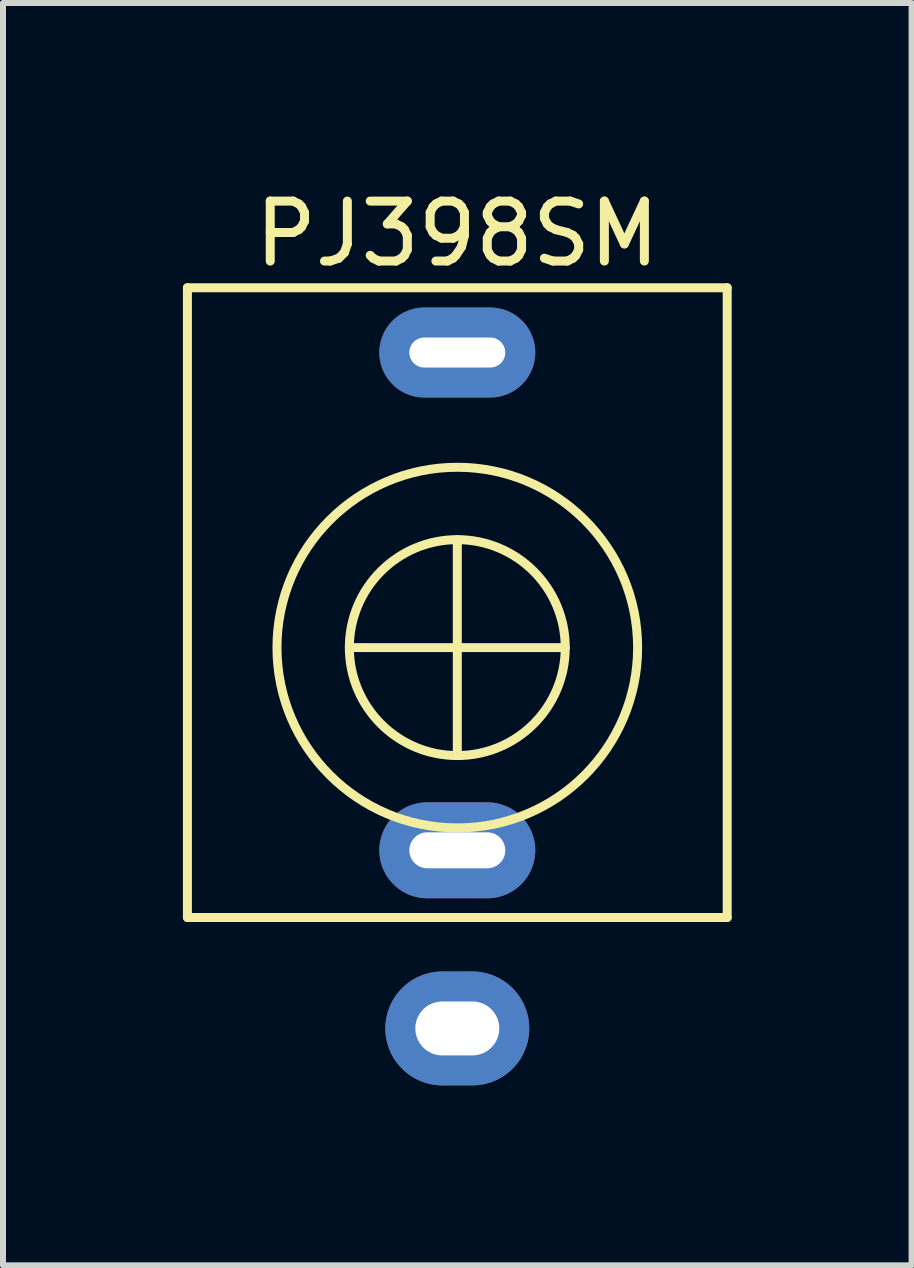
<source format=kicad_pcb>
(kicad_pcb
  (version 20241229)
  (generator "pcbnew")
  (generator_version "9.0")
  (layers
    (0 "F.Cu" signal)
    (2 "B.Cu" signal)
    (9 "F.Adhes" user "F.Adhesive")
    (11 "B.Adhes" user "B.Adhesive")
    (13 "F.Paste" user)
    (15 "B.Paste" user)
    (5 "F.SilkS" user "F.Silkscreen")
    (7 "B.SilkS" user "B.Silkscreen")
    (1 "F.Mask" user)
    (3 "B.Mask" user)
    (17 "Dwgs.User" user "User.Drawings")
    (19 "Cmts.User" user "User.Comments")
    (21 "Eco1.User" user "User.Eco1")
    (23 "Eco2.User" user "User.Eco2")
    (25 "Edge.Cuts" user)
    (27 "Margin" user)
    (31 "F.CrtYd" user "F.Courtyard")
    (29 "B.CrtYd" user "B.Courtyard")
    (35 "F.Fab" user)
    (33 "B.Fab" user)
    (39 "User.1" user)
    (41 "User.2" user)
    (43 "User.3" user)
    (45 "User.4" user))
  (footprint "PJ398SM"
    (layer "F.Cu")
    (at 4.575 7.748)
    (property "Reference" "PJ398SM" (at 0 -6.9 0) (layer "F.SilkS") (effects (font (size 1 1) (thickness 0.15))))
    (attr through_hole)
    (fp_line (start -4.5 -6) (end -4.5 4.5) (stroke (width 0.15) (type solid)) (layer "F.SilkS"))
    (fp_line (start -4.5 4.5) (end 4.5 4.5) (stroke (width 0.15) (type solid)) (layer "F.SilkS"))
    (fp_line (start 0 -1.8) (end 0 1.8) (stroke (width 0.15) (type solid)) (layer "F.SilkS"))
    (fp_line (start 1.8 0) (end -1.8 0) (stroke (width 0.15) (type solid)) (layer "F.SilkS"))
    (fp_line (start 4.5 -6) (end -4.5 -6) (stroke (width 0.15) (type solid)) (layer "F.SilkS"))
    (fp_line (start 4.5 4.5) (end 4.5 -6) (stroke (width 0.15) (type solid)) (layer "F.SilkS"))
    (fp_circle (center 0 0) (end 1.8 0) (stroke (width 0.15) (type solid)) (fill no) (layer "F.SilkS"))
    (fp_circle (center 0 0) (end 3 0.2) (stroke (width 0.15) (type solid)) (fill no) (layer "F.SilkS"))
    (pad "S" thru_hole oval (at 0 6.35) (size 2.4 1.9) (drill oval 1.4 0.9) (layers "*.Cu" "*.Mask"))
    (pad "T" thru_hole oval (at 0 -4.92) (size 2.6 1.5) (drill oval 1.6 0.5) (layers "*.Cu" "*.Mask"))
    (pad "TN" thru_hole oval (at 0 3.38) (size 2.6 1.6) (drill oval 1.6 0.6) (layers "*.Cu" "*.Mask")))
  (gr_rect
    (start -3 -3)
    (end 12.15 18.048)
    (stroke (width 0.1) (type default))
    (fill no)
    (layer "Edge.Cuts")))
</source>
